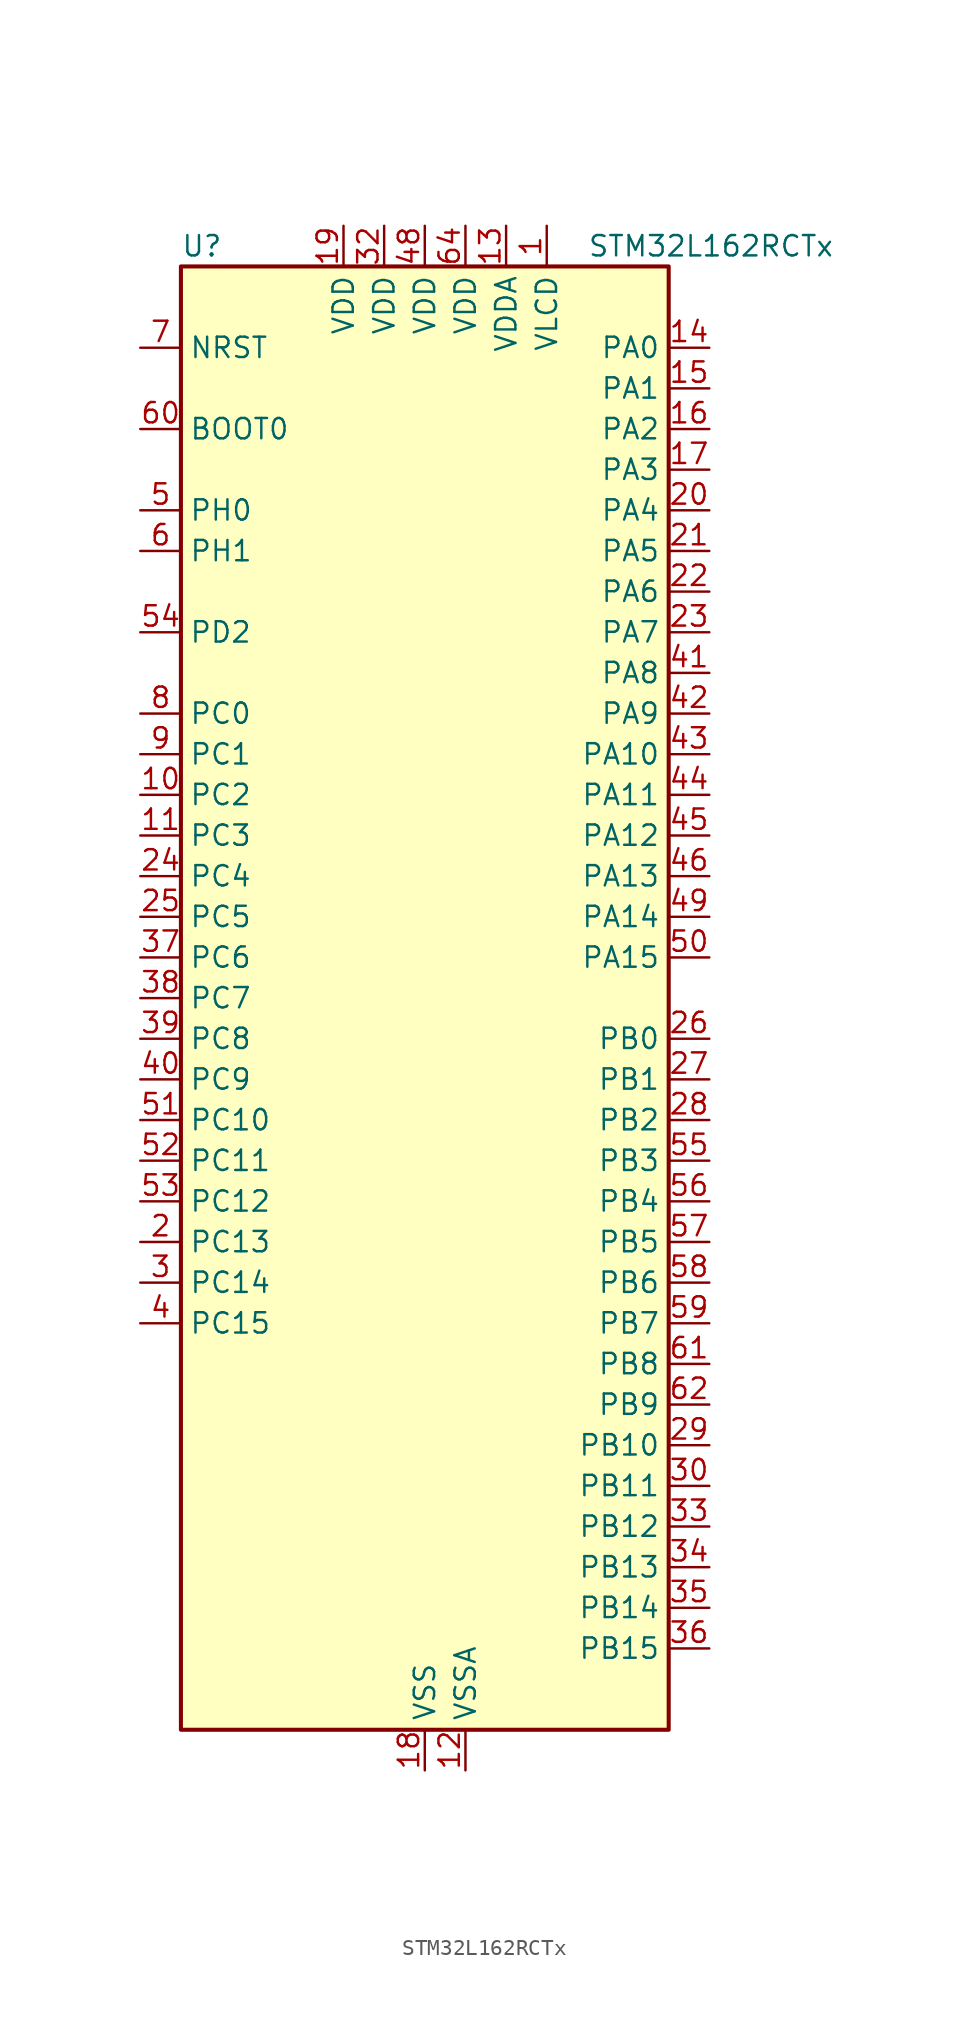
<source format=kicad_sym>
(kicad_symbol_lib
  (version 20241209)
  (generator "kicad_symbol_editor")
  (generator_version "9.0")
  (symbol "STM32L162RCTx"
    (property "Reference" "U"
      (at -15.24 46.99 0)
      (effects (font (size 1.27 1.27)) (justify left)))
    (property "Value" "STM32L162RCTx"
      (at 10.16 46.99 0)
      (effects (font (size 1.27 1.27)) (justify left)))
    (symbol "STM32L162RCTx_0_1"
      (rectangle (start -15.24 -45.72) (end 15.24 45.72) (stroke (width 0.254) (type default)) (fill (type background))))
    (symbol "STM32L162RCTx_1_1"
      (pin input line (at -17.78 40.64 0) (length 2.54) (name "NRST" (effects (font (size 1.27 1.27)))) (number "7" (effects (font (size 1.27 1.27)))))
      (pin input line (at -17.78 35.56 0) (length 2.54) (name "BOOT0" (effects (font (size 1.27 1.27)))) (number "60" (effects (font (size 1.27 1.27)))))
      (pin bidirectional line (at -17.78 30.48 0) (length 2.54) (name "PH0" (effects (font (size 1.27 1.27)))) (number "5" (effects (font (size 1.27 1.27)))) (alternate "RCC_OSC_IN" bidirectional line))
      (pin bidirectional line (at -17.78 27.94 0) (length 2.54) (name "PH1" (effects (font (size 1.27 1.27)))) (number "6" (effects (font (size 1.27 1.27)))) (alternate "RCC_OSC_OUT" bidirectional line))
      (pin bidirectional line (at -17.78 22.86 0) (length 2.54) (name "PD2" (effects (font (size 1.27 1.27)))) (number "54" (effects (font (size 1.27 1.27)))) (alternate "LCD_COM7" bidirectional line) (alternate "LCD_SEG31" bidirectional line) (alternate "TIM3_ETR" bidirectional line) (alternate "TIMX_IC3" bidirectional line))
      (pin bidirectional line (at -17.78 17.78 0) (length 2.54) (name "PC0" (effects (font (size 1.27 1.27)))) (number "8" (effects (font (size 1.27 1.27)))) (alternate "ADC_IN10" bidirectional line) (alternate "COMP1_INP" bidirectional line) (alternate "LCD_SEG18" bidirectional line) (alternate "TIMX_IC1" bidirectional line) (alternate "TS_G8_IO1" bidirectional line))
      (pin bidirectional line (at -17.78 15.24 0) (length 2.54) (name "PC1" (effects (font (size 1.27 1.27)))) (number "9" (effects (font (size 1.27 1.27)))) (alternate "ADC_IN11" bidirectional line) (alternate "COMP1_INP" bidirectional line) (alternate "LCD_SEG19" bidirectional line) (alternate "TIMX_IC2" bidirectional line) (alternate "TS_G8_IO2" bidirectional line))
      (pin bidirectional line (at -17.78 12.7 0) (length 2.54) (name "PC2" (effects (font (size 1.27 1.27)))) (number "10" (effects (font (size 1.27 1.27)))) (alternate "ADC_IN12" bidirectional line) (alternate "COMP1_INP" bidirectional line) (alternate "LCD_SEG20" bidirectional line) (alternate "TIMX_IC3" bidirectional line) (alternate "TS_G8_IO3" bidirectional line))
      (pin bidirectional line (at -17.78 10.16 0) (length 2.54) (name "PC3" (effects (font (size 1.27 1.27)))) (number "11" (effects (font (size 1.27 1.27)))) (alternate "ADC_IN13" bidirectional line) (alternate "COMP1_INP" bidirectional line) (alternate "LCD_SEG21" bidirectional line) (alternate "TIMX_IC4" bidirectional line) (alternate "TS_G8_IO4" bidirectional line))
      (pin bidirectional line (at -17.78 7.62 0) (length 2.54) (name "PC4" (effects (font (size 1.27 1.27)))) (number "24" (effects (font (size 1.27 1.27)))) (alternate "ADC_IN14" bidirectional line) (alternate "COMP1_INP" bidirectional line) (alternate "LCD_SEG22" bidirectional line) (alternate "TIMX_IC1" bidirectional line) (alternate "TS_G9_IO1" bidirectional line))
      (pin bidirectional line (at -17.78 5.08 0) (length 2.54) (name "PC5" (effects (font (size 1.27 1.27)))) (number "25" (effects (font (size 1.27 1.27)))) (alternate "ADC_IN15" bidirectional line) (alternate "COMP1_INP" bidirectional line) (alternate "LCD_SEG23" bidirectional line) (alternate "TIMX_IC2" bidirectional line) (alternate "TS_G9_IO2" bidirectional line))
      (pin bidirectional line (at -17.78 2.54 0) (length 2.54) (name "PC6" (effects (font (size 1.27 1.27)))) (number "37" (effects (font (size 1.27 1.27)))) (alternate "I2S2_MCK" bidirectional line) (alternate "LCD_SEG24" bidirectional line) (alternate "TIM3_CH1" bidirectional line) (alternate "TIMX_IC3" bidirectional line) (alternate "TS_G10_IO1" bidirectional line))
      (pin bidirectional line (at -17.78 0 0) (length 2.54) (name "PC7" (effects (font (size 1.27 1.27)))) (number "38" (effects (font (size 1.27 1.27)))) (alternate "I2S3_MCK" bidirectional line) (alternate "LCD_SEG25" bidirectional line) (alternate "TIM3_CH2" bidirectional line) (alternate "TIMX_IC4" bidirectional line) (alternate "TS_G10_IO2" bidirectional line))
      (pin bidirectional line (at -17.78 -2.54 0) (length 2.54) (name "PC8" (effects (font (size 1.27 1.27)))) (number "39" (effects (font (size 1.27 1.27)))) (alternate "LCD_SEG26" bidirectional line) (alternate "TIM3_CH3" bidirectional line) (alternate "TIMX_IC1" bidirectional line) (alternate "TS_G10_IO3" bidirectional line))
      (pin bidirectional line (at -17.78 -5.08 0) (length 2.54) (name "PC9" (effects (font (size 1.27 1.27)))) (number "40" (effects (font (size 1.27 1.27)))) (alternate "DAC_EXTI9" bidirectional line) (alternate "LCD_SEG27" bidirectional line) (alternate "TIM3_CH4" bidirectional line) (alternate "TIMX_IC2" bidirectional line) (alternate "TS_G10_IO4" bidirectional line))
      (pin bidirectional line (at -17.78 -7.62 0) (length 2.54) (name "PC10" (effects (font (size 1.27 1.27)))) (number "51" (effects (font (size 1.27 1.27)))) (alternate "I2S3_CK" bidirectional line) (alternate "LCD_COM4" bidirectional line) (alternate "LCD_SEG28" bidirectional line) (alternate "SPI3_SCK" bidirectional line) (alternate "TIMX_IC3" bidirectional line) (alternate "USART3_TX" bidirectional line))
      (pin bidirectional line (at -17.78 -10.16 0) (length 2.54) (name "PC11" (effects (font (size 1.27 1.27)))) (number "52" (effects (font (size 1.27 1.27)))) (alternate "ADC_EXTI11" bidirectional line) (alternate "LCD_COM5" bidirectional line) (alternate "LCD_SEG29" bidirectional line) (alternate "SPI3_MISO" bidirectional line) (alternate "TIMX_IC4" bidirectional line) (alternate "USART3_RX" bidirectional line))
      (pin bidirectional line (at -17.78 -12.7 0) (length 2.54) (name "PC12" (effects (font (size 1.27 1.27)))) (number "53" (effects (font (size 1.27 1.27)))) (alternate "I2S3_SD" bidirectional line) (alternate "LCD_COM6" bidirectional line) (alternate "LCD_SEG30" bidirectional line) (alternate "SPI3_MOSI" bidirectional line) (alternate "TIMX_IC1" bidirectional line) (alternate "USART3_CK" bidirectional line))
      (pin bidirectional line (at -17.78 -15.24 0) (length 2.54) (name "PC13" (effects (font (size 1.27 1.27)))) (number "2" (effects (font (size 1.27 1.27)))) (alternate "RTC_OUT_ALARM" bidirectional line) (alternate "RTC_OUT_CALIB" bidirectional line) (alternate "RTC_TAMP1" bidirectional line) (alternate "RTC_TS" bidirectional line) (alternate "SYS_WKUP2" bidirectional line) (alternate "TIMX_IC2" bidirectional line))
      (pin bidirectional line (at -17.78 -17.78 0) (length 2.54) (name "PC14" (effects (font (size 1.27 1.27)))) (number "3" (effects (font (size 1.27 1.27)))) (alternate "RCC_OSC32_IN" bidirectional line) (alternate "TIMX_IC3" bidirectional line))
      (pin bidirectional line (at -17.78 -20.32 0) (length 2.54) (name "PC15" (effects (font (size 1.27 1.27)))) (number "4" (effects (font (size 1.27 1.27)))) (alternate "ADC_EXTI15" bidirectional line) (alternate "RCC_OSC32_OUT" bidirectional line) (alternate "TIMX_IC4" bidirectional line))
      (pin power_in line (at -5.08 48.26 270) (length 2.54) (name "VDD" (effects (font (size 1.27 1.27)))) (number "19" (effects (font (size 1.27 1.27)))))
      (pin power_in line (at -2.54 48.26 270) (length 2.54) (name "VDD" (effects (font (size 1.27 1.27)))) (number "32" (effects (font (size 1.27 1.27)))))
      (pin power_in line (at 0 48.26 270) (length 2.54) (name "VDD" (effects (font (size 1.27 1.27)))) (number "48" (effects (font (size 1.27 1.27)))))
      (pin power_in line (at 0 -48.26 90) (length 2.54) (name "VSS" (effects (font (size 1.27 1.27)))) (number "18" (effects (font (size 1.27 1.27)))))
      (pin passive line (at 0 -48.26 90) (length 2.54) (hide yes) (name "VSS" (effects (font (size 1.27 1.27)))) (number "31" (effects (font (size 1.27 1.27)))))
      (pin passive line (at 0 -48.26 90) (length 2.54) (hide yes) (name "VSS" (effects (font (size 1.27 1.27)))) (number "47" (effects (font (size 1.27 1.27)))))
      (pin passive line (at 0 -48.26 90) (length 2.54) (hide yes) (name "VSS" (effects (font (size 1.27 1.27)))) (number "63" (effects (font (size 1.27 1.27)))))
      (pin power_in line (at 2.54 48.26 270) (length 2.54) (name "VDD" (effects (font (size 1.27 1.27)))) (number "64" (effects (font (size 1.27 1.27)))))
      (pin power_in line (at 2.54 -48.26 90) (length 2.54) (name "VSSA" (effects (font (size 1.27 1.27)))) (number "12" (effects (font (size 1.27 1.27)))))
      (pin power_in line (at 5.08 48.26 270) (length 2.54) (name "VDDA" (effects (font (size 1.27 1.27)))) (number "13" (effects (font (size 1.27 1.27)))))
      (pin power_in line (at 7.62 48.26 270) (length 2.54) (name "VLCD" (effects (font (size 1.27 1.27)))) (number "1" (effects (font (size 1.27 1.27)))))
      (pin bidirectional line (at 17.78 40.64 180) (length 2.54) (name "PA0" (effects (font (size 1.27 1.27)))) (number "14" (effects (font (size 1.27 1.27)))) (alternate "ADC_IN0" bidirectional line) (alternate "COMP1_INP" bidirectional line) (alternate "RTC_TAMP2" bidirectional line) (alternate "SYS_WKUP1" bidirectional line) (alternate "TIM2_CH1" bidirectional line) (alternate "TIM2_ETR" bidirectional line) (alternate "TIM5_CH1" bidirectional line) (alternate "TIMX_IC1" bidirectional line) (alternate "TS_G1_IO1" bidirectional line) (alternate "USART2_CTS" bidirectional line))
      (pin bidirectional line (at 17.78 38.1 180) (length 2.54) (name "PA1" (effects (font (size 1.27 1.27)))) (number "15" (effects (font (size 1.27 1.27)))) (alternate "ADC_IN1" bidirectional line) (alternate "COMP1_INP" bidirectional line) (alternate "LCD_SEG0" bidirectional line) (alternate "OPAMP1_VINP" bidirectional line) (alternate "TIM2_CH2" bidirectional line) (alternate "TIM5_CH2" bidirectional line) (alternate "TIMX_IC2" bidirectional line) (alternate "TS_G1_IO2" bidirectional line) (alternate "USART2_RTS" bidirectional line))
      (pin bidirectional line (at 17.78 35.56 180) (length 2.54) (name "PA2" (effects (font (size 1.27 1.27)))) (number "16" (effects (font (size 1.27 1.27)))) (alternate "ADC_IN2" bidirectional line) (alternate "COMP1_INP" bidirectional line) (alternate "LCD_SEG1" bidirectional line) (alternate "OPAMP1_VINM" bidirectional line) (alternate "TIM2_CH3" bidirectional line) (alternate "TIM5_CH3" bidirectional line) (alternate "TIM9_CH1" bidirectional line) (alternate "TIMX_IC3" bidirectional line) (alternate "TS_G1_IO3" bidirectional line) (alternate "USART2_TX" bidirectional line))
      (pin bidirectional line (at 17.78 33.02 180) (length 2.54) (name "PA3" (effects (font (size 1.27 1.27)))) (number "17" (effects (font (size 1.27 1.27)))) (alternate "ADC_IN3" bidirectional line) (alternate "COMP1_INP" bidirectional line) (alternate "LCD_SEG2" bidirectional line) (alternate "OPAMP1_VOUT" bidirectional line) (alternate "TIM2_CH4" bidirectional line) (alternate "TIM5_CH4" bidirectional line) (alternate "TIM9_CH2" bidirectional line) (alternate "TIMX_IC4" bidirectional line) (alternate "TS_G1_IO4" bidirectional line) (alternate "USART2_RX" bidirectional line))
      (pin bidirectional line (at 17.78 30.48 180) (length 2.54) (name "PA4" (effects (font (size 1.27 1.27)))) (number "20" (effects (font (size 1.27 1.27)))) (alternate "ADC_IN4" bidirectional line) (alternate "COMP1_INP" bidirectional line) (alternate "DAC_OUT1" bidirectional line) (alternate "I2S3_WS" bidirectional line) (alternate "SPI1_NSS" bidirectional line) (alternate "SPI3_NSS" bidirectional line) (alternate "TIMX_IC1" bidirectional line) (alternate "USART2_CK" bidirectional line))
      (pin bidirectional line (at 17.78 27.94 180) (length 2.54) (name "PA5" (effects (font (size 1.27 1.27)))) (number "21" (effects (font (size 1.27 1.27)))) (alternate "ADC_IN5" bidirectional line) (alternate "COMP1_INP" bidirectional line) (alternate "DAC_OUT2" bidirectional line) (alternate "SPI1_SCK" bidirectional line) (alternate "TIM2_CH1" bidirectional line) (alternate "TIM2_ETR" bidirectional line) (alternate "TIMX_IC2" bidirectional line))
      (pin bidirectional line (at 17.78 25.4 180) (length 2.54) (name "PA6" (effects (font (size 1.27 1.27)))) (number "22" (effects (font (size 1.27 1.27)))) (alternate "ADC_IN6" bidirectional line) (alternate "COMP1_INP" bidirectional line) (alternate "LCD_SEG3" bidirectional line) (alternate "OPAMP2_VINP" bidirectional line) (alternate "SPI1_MISO" bidirectional line) (alternate "TIM10_CH1" bidirectional line) (alternate "TIM3_CH1" bidirectional line) (alternate "TIMX_IC3" bidirectional line) (alternate "TS_G2_IO1" bidirectional line))
      (pin bidirectional line (at 17.78 22.86 180) (length 2.54) (name "PA7" (effects (font (size 1.27 1.27)))) (number "23" (effects (font (size 1.27 1.27)))) (alternate "ADC_IN7" bidirectional line) (alternate "COMP1_INP" bidirectional line) (alternate "LCD_SEG4" bidirectional line) (alternate "OPAMP2_VINM" bidirectional line) (alternate "SPI1_MOSI" bidirectional line) (alternate "TIM11_CH1" bidirectional line) (alternate "TIM3_CH2" bidirectional line) (alternate "TIMX_IC4" bidirectional line) (alternate "TS_G2_IO2" bidirectional line))
      (pin bidirectional line (at 17.78 20.32 180) (length 2.54) (name "PA8" (effects (font (size 1.27 1.27)))) (number "41" (effects (font (size 1.27 1.27)))) (alternate "LCD_COM0" bidirectional line) (alternate "RCC_MCO" bidirectional line) (alternate "TIMX_IC1" bidirectional line) (alternate "TS_G4_IO1" bidirectional line) (alternate "USART1_CK" bidirectional line))
      (pin bidirectional line (at 17.78 17.78 180) (length 2.54) (name "PA9" (effects (font (size 1.27 1.27)))) (number "42" (effects (font (size 1.27 1.27)))) (alternate "DAC_EXTI9" bidirectional line) (alternate "LCD_COM1" bidirectional line) (alternate "TIMX_IC2" bidirectional line) (alternate "TS_G4_IO2" bidirectional line) (alternate "USART1_TX" bidirectional line))
      (pin bidirectional line (at 17.78 15.24 180) (length 2.54) (name "PA10" (effects (font (size 1.27 1.27)))) (number "43" (effects (font (size 1.27 1.27)))) (alternate "LCD_COM2" bidirectional line) (alternate "TIMX_IC3" bidirectional line) (alternate "TS_G4_IO3" bidirectional line) (alternate "USART1_RX" bidirectional line))
      (pin bidirectional line (at 17.78 12.7 180) (length 2.54) (name "PA11" (effects (font (size 1.27 1.27)))) (number "44" (effects (font (size 1.27 1.27)))) (alternate "ADC_EXTI11" bidirectional line) (alternate "SPI1_MISO" bidirectional line) (alternate "TIMX_IC4" bidirectional line) (alternate "USART1_CTS" bidirectional line) (alternate "USB_DM" bidirectional line))
      (pin bidirectional line (at 17.78 10.16 180) (length 2.54) (name "PA12" (effects (font (size 1.27 1.27)))) (number "45" (effects (font (size 1.27 1.27)))) (alternate "SPI1_MOSI" bidirectional line) (alternate "TIMX_IC1" bidirectional line) (alternate "USART1_RTS" bidirectional line) (alternate "USB_DP" bidirectional line))
      (pin bidirectional line (at 17.78 7.62 180) (length 2.54) (name "PA13" (effects (font (size 1.27 1.27)))) (number "46" (effects (font (size 1.27 1.27)))) (alternate "SYS_JTMS-SWDIO" bidirectional line) (alternate "TIMX_IC2" bidirectional line) (alternate "TS_G5_IO1" bidirectional line))
      (pin bidirectional line (at 17.78 5.08 180) (length 2.54) (name "PA14" (effects (font (size 1.27 1.27)))) (number "49" (effects (font (size 1.27 1.27)))) (alternate "SYS_JTCK-SWCLK" bidirectional line) (alternate "TIMX_IC3" bidirectional line) (alternate "TS_G5_IO2" bidirectional line))
      (pin bidirectional line (at 17.78 2.54 180) (length 2.54) (name "PA15" (effects (font (size 1.27 1.27)))) (number "50" (effects (font (size 1.27 1.27)))) (alternate "ADC_EXTI15" bidirectional line) (alternate "I2S3_WS" bidirectional line) (alternate "LCD_SEG17" bidirectional line) (alternate "SPI1_NSS" bidirectional line) (alternate "SPI3_NSS" bidirectional line) (alternate "SYS_JTDI" bidirectional line) (alternate "TIM2_CH1" bidirectional line) (alternate "TIM2_ETR" bidirectional line) (alternate "TIMX_IC4" bidirectional line) (alternate "TS_G5_IO3" bidirectional line))
      (pin bidirectional line (at 17.78 -2.54 180) (length 2.54) (name "PB0" (effects (font (size 1.27 1.27)))) (number "26" (effects (font (size 1.27 1.27)))) (alternate "ADC_IN8" bidirectional line) (alternate "COMP1_INP" bidirectional line) (alternate "LCD_SEG5" bidirectional line) (alternate "OPAMP2_VOUT" bidirectional line) (alternate "SYS_V_REF_OUT" bidirectional line) (alternate "TIM3_CH3" bidirectional line) (alternate "TS_G3_IO1" bidirectional line))
      (pin bidirectional line (at 17.78 -5.08 180) (length 2.54) (name "PB1" (effects (font (size 1.27 1.27)))) (number "27" (effects (font (size 1.27 1.27)))) (alternate "ADC_IN9" bidirectional line) (alternate "COMP1_INP" bidirectional line) (alternate "LCD_SEG6" bidirectional line) (alternate "SYS_V_REF_OUT" bidirectional line) (alternate "TIM3_CH4" bidirectional line) (alternate "TS_G3_IO2" bidirectional line))
      (pin bidirectional line (at 17.78 -7.62 180) (length 2.54) (name "PB2" (effects (font (size 1.27 1.27)))) (number "28" (effects (font (size 1.27 1.27)))) (alternate "TS_G3_IO3" bidirectional line))
      (pin bidirectional line (at 17.78 -10.16 180) (length 2.54) (name "PB3" (effects (font (size 1.27 1.27)))) (number "55" (effects (font (size 1.27 1.27)))) (alternate "COMP2_INM" bidirectional line) (alternate "I2S3_CK" bidirectional line) (alternate "LCD_SEG7" bidirectional line) (alternate "SPI1_SCK" bidirectional line) (alternate "SPI3_SCK" bidirectional line) (alternate "SYS_JTDO-TRACESWO" bidirectional line) (alternate "TIM2_CH2" bidirectional line))
      (pin bidirectional line (at 17.78 -12.7 180) (length 2.54) (name "PB4" (effects (font (size 1.27 1.27)))) (number "56" (effects (font (size 1.27 1.27)))) (alternate "COMP2_INP" bidirectional line) (alternate "LCD_SEG8" bidirectional line) (alternate "SPI1_MISO" bidirectional line) (alternate "SPI3_MISO" bidirectional line) (alternate "SYS_JTRST" bidirectional line) (alternate "TIM3_CH1" bidirectional line) (alternate "TS_G6_IO1" bidirectional line))
      (pin bidirectional line (at 17.78 -15.24 180) (length 2.54) (name "PB5" (effects (font (size 1.27 1.27)))) (number "57" (effects (font (size 1.27 1.27)))) (alternate "COMP2_INP" bidirectional line) (alternate "I2C1_SMBA" bidirectional line) (alternate "I2S3_SD" bidirectional line) (alternate "LCD_SEG9" bidirectional line) (alternate "SPI1_MOSI" bidirectional line) (alternate "SPI3_MOSI" bidirectional line) (alternate "TIM3_CH2" bidirectional line) (alternate "TS_G6_IO2" bidirectional line))
      (pin bidirectional line (at 17.78 -17.78 180) (length 2.54) (name "PB6" (effects (font (size 1.27 1.27)))) (number "58" (effects (font (size 1.27 1.27)))) (alternate "COMP2_INP" bidirectional line) (alternate "I2C1_SCL" bidirectional line) (alternate "TIM4_CH1" bidirectional line) (alternate "TS_G6_IO3" bidirectional line) (alternate "USART1_TX" bidirectional line))
      (pin bidirectional line (at 17.78 -20.32 180) (length 2.54) (name "PB7" (effects (font (size 1.27 1.27)))) (number "59" (effects (font (size 1.27 1.27)))) (alternate "COMP2_INP" bidirectional line) (alternate "I2C1_SDA" bidirectional line) (alternate "SYS_PVD_IN" bidirectional line) (alternate "TIM4_CH2" bidirectional line) (alternate "TS_G6_IO4" bidirectional line) (alternate "USART1_RX" bidirectional line))
      (pin bidirectional line (at 17.78 -22.86 180) (length 2.54) (name "PB8" (effects (font (size 1.27 1.27)))) (number "61" (effects (font (size 1.27 1.27)))) (alternate "I2C1_SCL" bidirectional line) (alternate "LCD_SEG16" bidirectional line) (alternate "TIM10_CH1" bidirectional line) (alternate "TIM4_CH3" bidirectional line))
      (pin bidirectional line (at 17.78 -25.4 180) (length 2.54) (name "PB9" (effects (font (size 1.27 1.27)))) (number "62" (effects (font (size 1.27 1.27)))) (alternate "DAC_EXTI9" bidirectional line) (alternate "I2C1_SDA" bidirectional line) (alternate "LCD_COM3" bidirectional line) (alternate "TIM11_CH1" bidirectional line) (alternate "TIM4_CH4" bidirectional line))
      (pin bidirectional line (at 17.78 -27.94 180) (length 2.54) (name "PB10" (effects (font (size 1.27 1.27)))) (number "29" (effects (font (size 1.27 1.27)))) (alternate "I2C2_SCL" bidirectional line) (alternate "LCD_SEG10" bidirectional line) (alternate "TIM2_CH3" bidirectional line) (alternate "USART3_TX" bidirectional line))
      (pin bidirectional line (at 17.78 -30.48 180) (length 2.54) (name "PB11" (effects (font (size 1.27 1.27)))) (number "30" (effects (font (size 1.27 1.27)))) (alternate "ADC_EXTI11" bidirectional line) (alternate "I2C2_SDA" bidirectional line) (alternate "LCD_SEG11" bidirectional line) (alternate "TIM2_CH4" bidirectional line) (alternate "USART3_RX" bidirectional line))
      (pin bidirectional line (at 17.78 -33.02 180) (length 2.54) (name "PB12" (effects (font (size 1.27 1.27)))) (number "33" (effects (font (size 1.27 1.27)))) (alternate "ADC_IN18" bidirectional line) (alternate "COMP1_INP" bidirectional line) (alternate "I2C2_SMBA" bidirectional line) (alternate "I2S2_WS" bidirectional line) (alternate "LCD_SEG12" bidirectional line) (alternate "SPI2_NSS" bidirectional line) (alternate "TIM10_CH1" bidirectional line) (alternate "TS_G7_IO1" bidirectional line) (alternate "USART3_CK" bidirectional line))
      (pin bidirectional line (at 17.78 -35.56 180) (length 2.54) (name "PB13" (effects (font (size 1.27 1.27)))) (number "34" (effects (font (size 1.27 1.27)))) (alternate "ADC_IN19" bidirectional line) (alternate "COMP1_INP" bidirectional line) (alternate "I2S2_CK" bidirectional line) (alternate "LCD_SEG13" bidirectional line) (alternate "SPI2_SCK" bidirectional line) (alternate "TIM9_CH1" bidirectional line) (alternate "TS_G7_IO2" bidirectional line) (alternate "USART3_CTS" bidirectional line))
      (pin bidirectional line (at 17.78 -38.1 180) (length 2.54) (name "PB14" (effects (font (size 1.27 1.27)))) (number "35" (effects (font (size 1.27 1.27)))) (alternate "ADC_IN20" bidirectional line) (alternate "COMP1_INP" bidirectional line) (alternate "LCD_SEG14" bidirectional line) (alternate "SPI2_MISO" bidirectional line) (alternate "TIM9_CH2" bidirectional line) (alternate "TS_G7_IO3" bidirectional line) (alternate "USART3_RTS" bidirectional line))
      (pin bidirectional line (at 17.78 -40.64 180) (length 2.54) (name "PB15" (effects (font (size 1.27 1.27)))) (number "36" (effects (font (size 1.27 1.27)))) (alternate "ADC_EXTI15" bidirectional line) (alternate "ADC_IN21" bidirectional line) (alternate "COMP1_INP" bidirectional line) (alternate "I2S2_SD" bidirectional line) (alternate "LCD_SEG15" bidirectional line) (alternate "RTC_REFIN" bidirectional line) (alternate "SPI2_MOSI" bidirectional line) (alternate "TIM11_CH1" bidirectional line) (alternate "TS_G7_IO4" bidirectional line)))))
</source>
